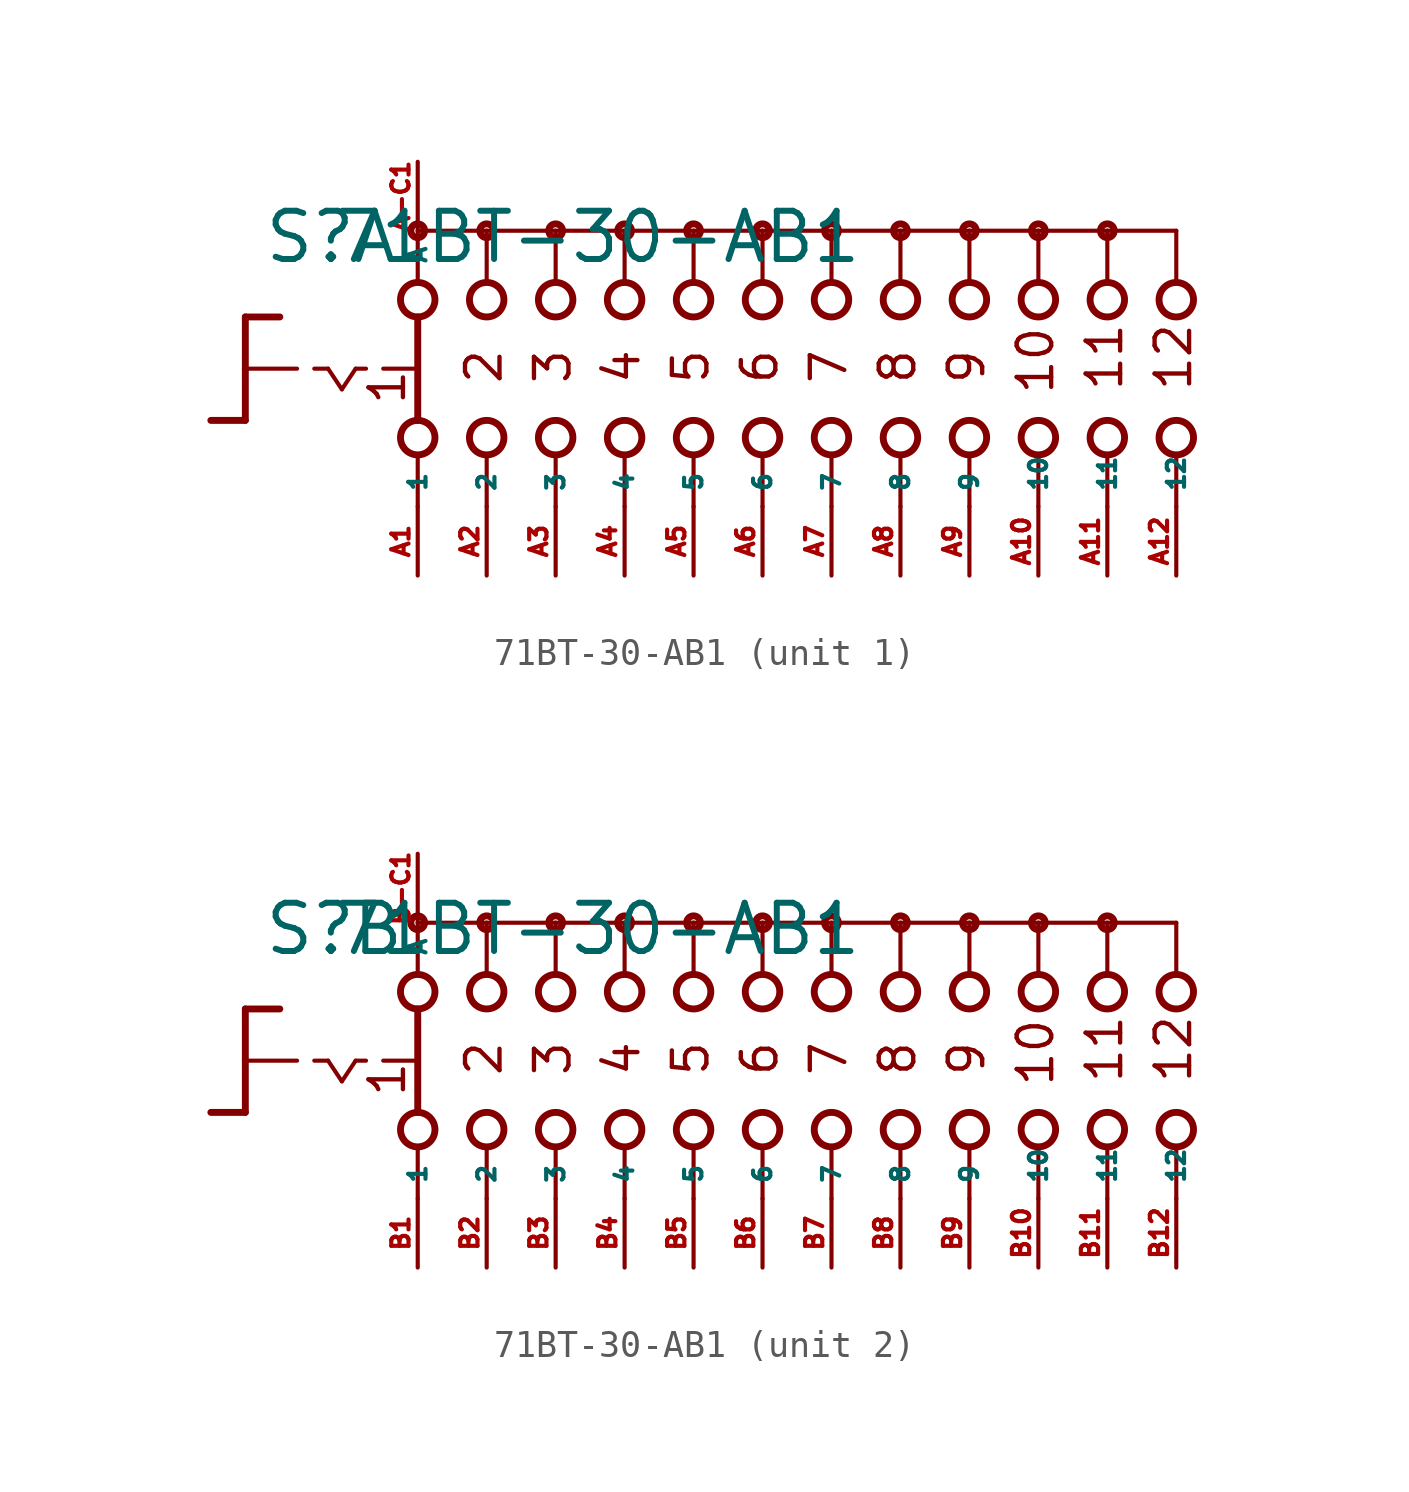
<source format=kicad_sym>
(kicad_symbol_lib
  (version 20220914)
  (generator Eagle2Kicad)
  (symbol "71BT-30-AB1"
    (property "Reference" "S"
      (at -18.415 3.81 0)
      (effects (font (size 1.778 1.778) (thickness 0.22)) (justify left bottom)))
    (property "Value" "71BT-30-AB1"
      (at -15.875 3.81 0)
      (effects (font (size 1.778 1.778) (thickness 0.22)) (justify left bottom)))
    (symbol "71BT-30-AB1_1_0"
      (polyline (pts (xy -19.05 1.905) (xy -17.78 1.905)) (stroke (width 0.254) (type default)) (fill (type none)))
      (polyline (pts (xy -19.05 1.905) (xy -19.05 0)) (stroke (width 0.254) (type default)) (fill (type none)))
      (polyline (pts (xy -19.05 -1.905) (xy -20.32 -1.905)) (stroke (width 0.254) (type default)) (fill (type none)))
      (polyline (pts (xy -19.05 0) (xy -17.145 0)) (stroke (width 0.152) (type default)) (fill (type none)))
      (polyline (pts (xy -19.05 0) (xy -19.05 -1.905)) (stroke (width 0.254) (type default)) (fill (type none)))
      (polyline (pts (xy -16.51 0) (xy -16.002 0)) (stroke (width 0.152) (type default)) (fill (type none)))
      (polyline (pts (xy -14.986 0) (xy -14.605 0)) (stroke (width 0.152) (type default)) (fill (type none)))
      (polyline (pts (xy -13.97 0) (xy -12.827 0)) (stroke (width 0.152) (type default)) (fill (type none)))
      (polyline (pts (xy -16.002 0) (xy -15.494 -0.762)) (stroke (width 0.152) (type default)) (fill (type none)))
      (polyline (pts (xy -15.494 -0.762) (xy -14.986 0)) (stroke (width 0.152) (type default)) (fill (type none)))
      (polyline (pts (xy -10.16 3.175) (xy -10.16 5.08)) (stroke (width 0.152) (type default)) (fill (type none)))
      (polyline (pts (xy -7.62 3.175) (xy -7.62 5.08)) (stroke (width 0.152) (type default)) (fill (type none)))
      (polyline (pts (xy -5.08 3.175) (xy -5.08 5.08)) (stroke (width 0.152) (type default)) (fill (type none)))
      (polyline (pts (xy -10.16 -5.08) (xy -10.16 -3.175)) (stroke (width 0.152) (type default)) (fill (type none)))
      (polyline (pts (xy -7.62 -5.08) (xy -7.62 -3.175)) (stroke (width 0.152) (type default)) (fill (type none)))
      (polyline (pts (xy -5.08 -5.08) (xy -5.08 -3.175)) (stroke (width 0.152) (type default)) (fill (type none)))
      (polyline (pts (xy -7.62 5.08) (xy -10.16 5.08)) (stroke (width 0.152) (type default)) (fill (type none)))
      (polyline (pts (xy -7.62 5.08) (xy -5.08 5.08)) (stroke (width 0.152) (type default)) (fill (type none)))
      (polyline (pts (xy -2.54 -5.08) (xy -2.54 -3.175)) (stroke (width 0.152) (type default)) (fill (type none)))
      (polyline (pts (xy 0 -5.08) (xy 0 -3.175)) (stroke (width 0.152) (type default)) (fill (type none)))
      (polyline (pts (xy -2.54 3.175) (xy -2.54 5.08)) (stroke (width 0.152) (type default)) (fill (type none)))
      (polyline (pts (xy 0 3.175) (xy 0 5.08)) (stroke (width 0.152) (type default)) (fill (type none)))
      (polyline (pts (xy -5.08 5.08) (xy -2.54 5.08)) (stroke (width 0.152) (type default)) (fill (type none)))
      (polyline (pts (xy -2.54 5.08) (xy 0 5.08)) (stroke (width 0.152) (type default)) (fill (type none)))
      (polyline (pts (xy -12.7 5.08) (xy -12.7 3.175)) (stroke (width 0.152) (type default)) (fill (type none)))
      (polyline (pts (xy -12.7 1.905) (xy -12.7 -1.905)) (stroke (width 0.254) (type default)) (fill (type none)))
      (polyline (pts (xy -12.7 -3.175) (xy -12.7 -5.08)) (stroke (width 0.152) (type default)) (fill (type none)))
      (polyline (pts (xy -10.16 5.08) (xy -12.7 5.08)) (stroke (width 0.152) (type default)) (fill (type none)))
      (polyline (pts (xy 0 5.08) (xy 2.54 5.08)) (stroke (width 0.152) (type default)) (fill (type none)))
      (polyline (pts (xy 2.54 3.175) (xy 2.54 5.08)) (stroke (width 0.152) (type default)) (fill (type none)))
      (polyline (pts (xy 2.54 -5.08) (xy 2.54 -3.175)) (stroke (width 0.152) (type default)) (fill (type none)))
      (polyline (pts (xy 5.08 3.175) (xy 5.08 5.08)) (stroke (width 0.152) (type default)) (fill (type none)))
      (polyline (pts (xy 7.62 3.175) (xy 7.62 5.08)) (stroke (width 0.152) (type default)) (fill (type none)))
      (polyline (pts (xy 10.16 3.175) (xy 10.16 5.08)) (stroke (width 0.152) (type default)) (fill (type none)))
      (polyline (pts (xy 12.7 3.175) (xy 12.7 5.08)) (stroke (width 0.152) (type default)) (fill (type none)))
      (polyline (pts (xy 15.24 3.175) (xy 15.24 5.08)) (stroke (width 0.152) (type default)) (fill (type none)))
      (polyline (pts (xy 2.54 5.08) (xy 5.08 5.08)) (stroke (width 0.152) (type default)) (fill (type none)))
      (polyline (pts (xy 5.08 5.08) (xy 7.62 5.08)) (stroke (width 0.152) (type default)) (fill (type none)))
      (polyline (pts (xy 7.62 5.08) (xy 10.16 5.08)) (stroke (width 0.152) (type default)) (fill (type none)))
      (polyline (pts (xy 10.16 5.08) (xy 12.7 5.08)) (stroke (width 0.152) (type default)) (fill (type none)))
      (polyline (pts (xy 12.7 5.08) (xy 15.24 5.08)) (stroke (width 0.152) (type default)) (fill (type none)))
      (polyline (pts (xy 5.08 -5.08) (xy 5.08 -3.175)) (stroke (width 0.152) (type default)) (fill (type none)))
      (polyline (pts (xy 7.62 -5.08) (xy 7.62 -3.175)) (stroke (width 0.152) (type default)) (fill (type none)))
      (polyline (pts (xy 10.16 -5.08) (xy 10.16 -3.175)) (stroke (width 0.152) (type default)) (fill (type none)))
      (polyline (pts (xy 12.7 -5.08) (xy 12.7 -3.175)) (stroke (width 0.152) (type default)) (fill (type none)))
      (polyline (pts (xy 15.24 -5.08) (xy 15.24 -3.175)) (stroke (width 0.152) (type default)) (fill (type none)))
      (text "1" (at -13.081 -1.397 900) (effects (font (size 1.27 1.27) (thickness 0.16)) (justify left bottom)))
      (text "2" (at -9.525 -0.635 900) (effects (font (size 1.27 1.27) (thickness 0.16)) (justify left bottom)))
      (text "3" (at -6.985 -0.635 900) (effects (font (size 1.27 1.27) (thickness 0.16)) (justify left bottom)))
      (text "4" (at -4.445 -0.635 900) (effects (font (size 1.27 1.27) (thickness 0.16)) (justify left bottom)))
      (text "5" (at -1.905 -0.635 900) (effects (font (size 1.27 1.27) (thickness 0.16)) (justify left bottom)))
      (text "6" (at 0.635 -0.635 900) (effects (font (size 1.27 1.27) (thickness 0.16)) (justify left bottom)))
      (text "7" (at 3.175 -0.635 900) (effects (font (size 1.27 1.27) (thickness 0.16)) (justify left bottom)))
      (text "8" (at 5.715 -0.635 900) (effects (font (size 1.27 1.27) (thickness 0.16)) (justify left bottom)))
      (text "9" (at 8.255 -0.635 900) (effects (font (size 1.27 1.27) (thickness 0.16)) (justify left bottom)))
      (text "10" (at 10.795 -1.016 900) (effects (font (size 1.27 1.27) (thickness 0.16)) (justify left bottom)))
      (text "11" (at 13.335 -0.889 900) (effects (font (size 1.27 1.27) (thickness 0.16)) (justify left bottom)))
      (text "12" (at 15.875 -0.889 900) (effects (font (size 1.27 1.27) (thickness 0.16)) (justify left bottom)))
      (circle (center -7.62 5.08) (radius 0.254) (stroke (width 0.254) (type default)) (fill (type none)))
      (circle (center -5.08 5.08) (radius 0.254) (stroke (width 0.254) (type default)) (fill (type none)))
      (circle (center 0 5.08) (radius 0.254) (stroke (width 0.254) (type default)) (fill (type none)))
      (circle (center -12.7 5.08) (radius 0.254) (stroke (width 0.254) (type default)) (fill (type none)))
      (circle (center -10.16 5.08) (radius 0.254) (stroke (width 0.254) (type default)) (fill (type none)))
      (circle (center -12.7 2.54) (radius 0.635) (stroke (width 0.254) (type default)) (fill (type none)))
      (circle (center -10.16 2.54) (radius 0.635) (stroke (width 0.254) (type default)) (fill (type none)))
      (circle (center -7.62 2.54) (radius 0.635) (stroke (width 0.254) (type default)) (fill (type none)))
      (circle (center -12.7 -2.54) (radius 0.635) (stroke (width 0.254) (type default)) (fill (type none)))
      (circle (center -10.16 -2.54) (radius 0.635) (stroke (width 0.254) (type default)) (fill (type none)))
      (circle (center -7.62 -2.54) (radius 0.635) (stroke (width 0.254) (type default)) (fill (type none)))
      (circle (center -2.54 5.08) (radius 0.254) (stroke (width 0.254) (type default)) (fill (type none)))
      (circle (center -5.08 2.54) (radius 0.635) (stroke (width 0.254) (type default)) (fill (type none)))
      (circle (center -2.54 2.54) (radius 0.635) (stroke (width 0.254) (type default)) (fill (type none)))
      (circle (center -5.08 -2.54) (radius 0.635) (stroke (width 0.254) (type default)) (fill (type none)))
      (circle (center -2.54 -2.54) (radius 0.635) (stroke (width 0.254) (type default)) (fill (type none)))
      (circle (center 0 2.54) (radius 0.635) (stroke (width 0.254) (type default)) (fill (type none)))
      (circle (center 0 -2.54) (radius 0.635) (stroke (width 0.254) (type default)) (fill (type none)))
      (circle (center 2.54 5.08) (radius 0.254) (stroke (width 0.254) (type default)) (fill (type none)))
      (circle (center 2.54 2.54) (radius 0.635) (stroke (width 0.254) (type default)) (fill (type none)))
      (circle (center 2.54 -2.54) (radius 0.635) (stroke (width 0.254) (type default)) (fill (type none)))
      (circle (center 5.08 2.54) (radius 0.635) (stroke (width 0.254) (type default)) (fill (type none)))
      (circle (center 7.62 2.54) (radius 0.635) (stroke (width 0.254) (type default)) (fill (type none)))
      (circle (center 10.16 2.54) (radius 0.635) (stroke (width 0.254) (type default)) (fill (type none)))
      (circle (center 12.7 2.54) (radius 0.635) (stroke (width 0.254) (type default)) (fill (type none)))
      (circle (center 15.24 2.54) (radius 0.635) (stroke (width 0.254) (type default)) (fill (type none)))
      (circle (center 5.08 5.08) (radius 0.254) (stroke (width 0.254) (type default)) (fill (type none)))
      (circle (center 7.62 5.08) (radius 0.254) (stroke (width 0.254) (type default)) (fill (type none)))
      (circle (center 10.16 5.08) (radius 0.254) (stroke (width 0.254) (type default)) (fill (type none)))
      (circle (center 12.7 5.08) (radius 0.254) (stroke (width 0.254) (type default)) (fill (type none)))
      (circle (center 5.08 -2.54) (radius 0.635) (stroke (width 0.254) (type default)) (fill (type none)))
      (circle (center 7.62 -2.54) (radius 0.635) (stroke (width 0.254) (type default)) (fill (type none)))
      (circle (center 10.16 -2.54) (radius 0.635) (stroke (width 0.254) (type default)) (fill (type none)))
      (circle (center 12.7 -2.54) (radius 0.635) (stroke (width 0.254) (type default)) (fill (type none)))
      (circle (center 15.24 -2.54) (radius 0.635) (stroke (width 0.254) (type default)) (fill (type none)))
      (pin passive line (at -12.7 -7.62 90) (length 2.54) (name "1" (effects (font (size 0.635 0.635) (thickness 0.08)) (justify left bottom))) (number "A1" (effects (font (size 0.635 0.635) (thickness 0.08)) (justify left bottom))))
      (pin passive line (at -12.7 7.62 270) (length 2.54) (name "A" (effects (font (size 0.635 0.635) (thickness 0.08)) (justify left bottom))) (number "A-C1" (effects (font (size 0.635 0.635) (thickness 0.08)) (justify left bottom))))
      (pin passive line (at -10.16 -7.62 90) (length 2.54) (name "2" (effects (font (size 0.635 0.635) (thickness 0.08)) (justify left bottom))) (number "A2" (effects (font (size 0.635 0.635) (thickness 0.08)) (justify left bottom))))
      (pin passive line (at -7.62 -7.62 90) (length 2.54) (name "3" (effects (font (size 0.635 0.635) (thickness 0.08)) (justify left bottom))) (number "A3" (effects (font (size 0.635 0.635) (thickness 0.08)) (justify left bottom))))
      (pin passive line (at -5.08 -7.62 90) (length 2.54) (name "4" (effects (font (size 0.635 0.635) (thickness 0.08)) (justify left bottom))) (number "A4" (effects (font (size 0.635 0.635) (thickness 0.08)) (justify left bottom))))
      (pin passive line (at -2.54 -7.62 90) (length 2.54) (name "5" (effects (font (size 0.635 0.635) (thickness 0.08)) (justify left bottom))) (number "A5" (effects (font (size 0.635 0.635) (thickness 0.08)) (justify left bottom))))
      (pin passive line (at 0 -7.62 90) (length 2.54) (name "6" (effects (font (size 0.635 0.635) (thickness 0.08)) (justify left bottom))) (number "A6" (effects (font (size 0.635 0.635) (thickness 0.08)) (justify left bottom))))
      (pin passive line (at 2.54 -7.62 90) (length 2.54) (name "7" (effects (font (size 0.635 0.635) (thickness 0.08)) (justify left bottom))) (number "A7" (effects (font (size 0.635 0.635) (thickness 0.08)) (justify left bottom))))
      (pin passive line (at 5.08 -7.62 90) (length 2.54) (name "8" (effects (font (size 0.635 0.635) (thickness 0.08)) (justify left bottom))) (number "A8" (effects (font (size 0.635 0.635) (thickness 0.08)) (justify left bottom))))
      (pin passive line (at 7.62 -7.62 90) (length 2.54) (name "9" (effects (font (size 0.635 0.635) (thickness 0.08)) (justify left bottom))) (number "A9" (effects (font (size 0.635 0.635) (thickness 0.08)) (justify left bottom))))
      (pin passive line (at 10.16 -7.62 90) (length 2.54) (name "10" (effects (font (size 0.635 0.635) (thickness 0.08)) (justify left bottom))) (number "A10" (effects (font (size 0.635 0.635) (thickness 0.08)) (justify left bottom))))
      (pin passive line (at 12.7 -7.62 90) (length 2.54) (name "11" (effects (font (size 0.635 0.635) (thickness 0.08)) (justify left bottom))) (number "A11" (effects (font (size 0.635 0.635) (thickness 0.08)) (justify left bottom))))
      (pin passive line (at 15.24 -7.62 90) (length 2.54) (name "12" (effects (font (size 0.635 0.635) (thickness 0.08)) (justify left bottom))) (number "A12" (effects (font (size 0.635 0.635) (thickness 0.08)) (justify left bottom)))))
    (symbol "71BT-30-AB1_2_0"
      (polyline (pts (xy -19.05 1.905) (xy -17.78 1.905)) (stroke (width 0.254) (type default)) (fill (type none)))
      (polyline (pts (xy -19.05 1.905) (xy -19.05 0)) (stroke (width 0.254) (type default)) (fill (type none)))
      (polyline (pts (xy -19.05 -1.905) (xy -20.32 -1.905)) (stroke (width 0.254) (type default)) (fill (type none)))
      (polyline (pts (xy -19.05 0) (xy -17.145 0)) (stroke (width 0.152) (type default)) (fill (type none)))
      (polyline (pts (xy -19.05 0) (xy -19.05 -1.905)) (stroke (width 0.254) (type default)) (fill (type none)))
      (polyline (pts (xy -16.51 0) (xy -16.002 0)) (stroke (width 0.152) (type default)) (fill (type none)))
      (polyline (pts (xy -14.986 0) (xy -14.605 0)) (stroke (width 0.152) (type default)) (fill (type none)))
      (polyline (pts (xy -13.97 0) (xy -12.827 0)) (stroke (width 0.152) (type default)) (fill (type none)))
      (polyline (pts (xy -16.002 0) (xy -15.494 -0.762)) (stroke (width 0.152) (type default)) (fill (type none)))
      (polyline (pts (xy -15.494 -0.762) (xy -14.986 0)) (stroke (width 0.152) (type default)) (fill (type none)))
      (polyline (pts (xy -10.16 3.175) (xy -10.16 5.08)) (stroke (width 0.152) (type default)) (fill (type none)))
      (polyline (pts (xy -7.62 3.175) (xy -7.62 5.08)) (stroke (width 0.152) (type default)) (fill (type none)))
      (polyline (pts (xy -5.08 3.175) (xy -5.08 5.08)) (stroke (width 0.152) (type default)) (fill (type none)))
      (polyline (pts (xy -10.16 -5.08) (xy -10.16 -3.175)) (stroke (width 0.152) (type default)) (fill (type none)))
      (polyline (pts (xy -7.62 -5.08) (xy -7.62 -3.175)) (stroke (width 0.152) (type default)) (fill (type none)))
      (polyline (pts (xy -5.08 -5.08) (xy -5.08 -3.175)) (stroke (width 0.152) (type default)) (fill (type none)))
      (polyline (pts (xy -7.62 5.08) (xy -10.16 5.08)) (stroke (width 0.152) (type default)) (fill (type none)))
      (polyline (pts (xy -7.62 5.08) (xy -5.08 5.08)) (stroke (width 0.152) (type default)) (fill (type none)))
      (polyline (pts (xy -2.54 -5.08) (xy -2.54 -3.175)) (stroke (width 0.152) (type default)) (fill (type none)))
      (polyline (pts (xy 0 -5.08) (xy 0 -3.175)) (stroke (width 0.152) (type default)) (fill (type none)))
      (polyline (pts (xy -2.54 3.175) (xy -2.54 5.08)) (stroke (width 0.152) (type default)) (fill (type none)))
      (polyline (pts (xy 0 3.175) (xy 0 5.08)) (stroke (width 0.152) (type default)) (fill (type none)))
      (polyline (pts (xy -5.08 5.08) (xy -2.54 5.08)) (stroke (width 0.152) (type default)) (fill (type none)))
      (polyline (pts (xy -2.54 5.08) (xy 0 5.08)) (stroke (width 0.152) (type default)) (fill (type none)))
      (polyline (pts (xy -12.7 5.08) (xy -12.7 3.175)) (stroke (width 0.152) (type default)) (fill (type none)))
      (polyline (pts (xy -12.7 1.905) (xy -12.7 -1.905)) (stroke (width 0.254) (type default)) (fill (type none)))
      (polyline (pts (xy -12.7 -3.175) (xy -12.7 -5.08)) (stroke (width 0.152) (type default)) (fill (type none)))
      (polyline (pts (xy -10.16 5.08) (xy -12.7 5.08)) (stroke (width 0.152) (type default)) (fill (type none)))
      (polyline (pts (xy 0 5.08) (xy 2.54 5.08)) (stroke (width 0.152) (type default)) (fill (type none)))
      (polyline (pts (xy 2.54 3.175) (xy 2.54 5.08)) (stroke (width 0.152) (type default)) (fill (type none)))
      (polyline (pts (xy 2.54 -5.08) (xy 2.54 -3.175)) (stroke (width 0.152) (type default)) (fill (type none)))
      (polyline (pts (xy 5.08 3.175) (xy 5.08 5.08)) (stroke (width 0.152) (type default)) (fill (type none)))
      (polyline (pts (xy 7.62 3.175) (xy 7.62 5.08)) (stroke (width 0.152) (type default)) (fill (type none)))
      (polyline (pts (xy 10.16 3.175) (xy 10.16 5.08)) (stroke (width 0.152) (type default)) (fill (type none)))
      (polyline (pts (xy 12.7 3.175) (xy 12.7 5.08)) (stroke (width 0.152) (type default)) (fill (type none)))
      (polyline (pts (xy 15.24 3.175) (xy 15.24 5.08)) (stroke (width 0.152) (type default)) (fill (type none)))
      (polyline (pts (xy 2.54 5.08) (xy 5.08 5.08)) (stroke (width 0.152) (type default)) (fill (type none)))
      (polyline (pts (xy 5.08 5.08) (xy 7.62 5.08)) (stroke (width 0.152) (type default)) (fill (type none)))
      (polyline (pts (xy 7.62 5.08) (xy 10.16 5.08)) (stroke (width 0.152) (type default)) (fill (type none)))
      (polyline (pts (xy 10.16 5.08) (xy 12.7 5.08)) (stroke (width 0.152) (type default)) (fill (type none)))
      (polyline (pts (xy 12.7 5.08) (xy 15.24 5.08)) (stroke (width 0.152) (type default)) (fill (type none)))
      (polyline (pts (xy 5.08 -5.08) (xy 5.08 -3.175)) (stroke (width 0.152) (type default)) (fill (type none)))
      (polyline (pts (xy 7.62 -5.08) (xy 7.62 -3.175)) (stroke (width 0.152) (type default)) (fill (type none)))
      (polyline (pts (xy 10.16 -5.08) (xy 10.16 -3.175)) (stroke (width 0.152) (type default)) (fill (type none)))
      (polyline (pts (xy 12.7 -5.08) (xy 12.7 -3.175)) (stroke (width 0.152) (type default)) (fill (type none)))
      (polyline (pts (xy 15.24 -5.08) (xy 15.24 -3.175)) (stroke (width 0.152) (type default)) (fill (type none)))
      (text "1" (at -13.081 -1.397 900) (effects (font (size 1.27 1.27) (thickness 0.16)) (justify left bottom)))
      (text "2" (at -9.525 -0.635 900) (effects (font (size 1.27 1.27) (thickness 0.16)) (justify left bottom)))
      (text "3" (at -6.985 -0.635 900) (effects (font (size 1.27 1.27) (thickness 0.16)) (justify left bottom)))
      (text "4" (at -4.445 -0.635 900) (effects (font (size 1.27 1.27) (thickness 0.16)) (justify left bottom)))
      (text "5" (at -1.905 -0.635 900) (effects (font (size 1.27 1.27) (thickness 0.16)) (justify left bottom)))
      (text "6" (at 0.635 -0.635 900) (effects (font (size 1.27 1.27) (thickness 0.16)) (justify left bottom)))
      (text "7" (at 3.175 -0.635 900) (effects (font (size 1.27 1.27) (thickness 0.16)) (justify left bottom)))
      (text "8" (at 5.715 -0.635 900) (effects (font (size 1.27 1.27) (thickness 0.16)) (justify left bottom)))
      (text "9" (at 8.255 -0.635 900) (effects (font (size 1.27 1.27) (thickness 0.16)) (justify left bottom)))
      (text "10" (at 10.795 -1.016 900) (effects (font (size 1.27 1.27) (thickness 0.16)) (justify left bottom)))
      (text "11" (at 13.335 -0.889 900) (effects (font (size 1.27 1.27) (thickness 0.16)) (justify left bottom)))
      (text "12" (at 15.875 -0.889 900) (effects (font (size 1.27 1.27) (thickness 0.16)) (justify left bottom)))
      (circle (center -7.62 5.08) (radius 0.254) (stroke (width 0.254) (type default)) (fill (type none)))
      (circle (center -5.08 5.08) (radius 0.254) (stroke (width 0.254) (type default)) (fill (type none)))
      (circle (center 0 5.08) (radius 0.254) (stroke (width 0.254) (type default)) (fill (type none)))
      (circle (center -12.7 5.08) (radius 0.254) (stroke (width 0.254) (type default)) (fill (type none)))
      (circle (center -10.16 5.08) (radius 0.254) (stroke (width 0.254) (type default)) (fill (type none)))
      (circle (center -12.7 2.54) (radius 0.635) (stroke (width 0.254) (type default)) (fill (type none)))
      (circle (center -10.16 2.54) (radius 0.635) (stroke (width 0.254) (type default)) (fill (type none)))
      (circle (center -7.62 2.54) (radius 0.635) (stroke (width 0.254) (type default)) (fill (type none)))
      (circle (center -12.7 -2.54) (radius 0.635) (stroke (width 0.254) (type default)) (fill (type none)))
      (circle (center -10.16 -2.54) (radius 0.635) (stroke (width 0.254) (type default)) (fill (type none)))
      (circle (center -7.62 -2.54) (radius 0.635) (stroke (width 0.254) (type default)) (fill (type none)))
      (circle (center -2.54 5.08) (radius 0.254) (stroke (width 0.254) (type default)) (fill (type none)))
      (circle (center -5.08 2.54) (radius 0.635) (stroke (width 0.254) (type default)) (fill (type none)))
      (circle (center -2.54 2.54) (radius 0.635) (stroke (width 0.254) (type default)) (fill (type none)))
      (circle (center -5.08 -2.54) (radius 0.635) (stroke (width 0.254) (type default)) (fill (type none)))
      (circle (center -2.54 -2.54) (radius 0.635) (stroke (width 0.254) (type default)) (fill (type none)))
      (circle (center 0 2.54) (radius 0.635) (stroke (width 0.254) (type default)) (fill (type none)))
      (circle (center 0 -2.54) (radius 0.635) (stroke (width 0.254) (type default)) (fill (type none)))
      (circle (center 2.54 5.08) (radius 0.254) (stroke (width 0.254) (type default)) (fill (type none)))
      (circle (center 2.54 2.54) (radius 0.635) (stroke (width 0.254) (type default)) (fill (type none)))
      (circle (center 2.54 -2.54) (radius 0.635) (stroke (width 0.254) (type default)) (fill (type none)))
      (circle (center 5.08 2.54) (radius 0.635) (stroke (width 0.254) (type default)) (fill (type none)))
      (circle (center 7.62 2.54) (radius 0.635) (stroke (width 0.254) (type default)) (fill (type none)))
      (circle (center 10.16 2.54) (radius 0.635) (stroke (width 0.254) (type default)) (fill (type none)))
      (circle (center 12.7 2.54) (radius 0.635) (stroke (width 0.254) (type default)) (fill (type none)))
      (circle (center 15.24 2.54) (radius 0.635) (stroke (width 0.254) (type default)) (fill (type none)))
      (circle (center 5.08 5.08) (radius 0.254) (stroke (width 0.254) (type default)) (fill (type none)))
      (circle (center 7.62 5.08) (radius 0.254) (stroke (width 0.254) (type default)) (fill (type none)))
      (circle (center 10.16 5.08) (radius 0.254) (stroke (width 0.254) (type default)) (fill (type none)))
      (circle (center 12.7 5.08) (radius 0.254) (stroke (width 0.254) (type default)) (fill (type none)))
      (circle (center 5.08 -2.54) (radius 0.635) (stroke (width 0.254) (type default)) (fill (type none)))
      (circle (center 7.62 -2.54) (radius 0.635) (stroke (width 0.254) (type default)) (fill (type none)))
      (circle (center 10.16 -2.54) (radius 0.635) (stroke (width 0.254) (type default)) (fill (type none)))
      (circle (center 12.7 -2.54) (radius 0.635) (stroke (width 0.254) (type default)) (fill (type none)))
      (circle (center 15.24 -2.54) (radius 0.635) (stroke (width 0.254) (type default)) (fill (type none)))
      (pin passive line (at -12.7 -7.62 90) (length 2.54) (name "1" (effects (font (size 0.635 0.635) (thickness 0.08)) (justify left bottom))) (number "B1" (effects (font (size 0.635 0.635) (thickness 0.08)) (justify left bottom))))
      (pin passive line (at -12.7 7.62 270) (length 2.54) (name "A" (effects (font (size 0.635 0.635) (thickness 0.08)) (justify left bottom))) (number "B-C1" (effects (font (size 0.635 0.635) (thickness 0.08)) (justify left bottom))))
      (pin passive line (at -10.16 -7.62 90) (length 2.54) (name "2" (effects (font (size 0.635 0.635) (thickness 0.08)) (justify left bottom))) (number "B2" (effects (font (size 0.635 0.635) (thickness 0.08)) (justify left bottom))))
      (pin passive line (at -7.62 -7.62 90) (length 2.54) (name "3" (effects (font (size 0.635 0.635) (thickness 0.08)) (justify left bottom))) (number "B3" (effects (font (size 0.635 0.635) (thickness 0.08)) (justify left bottom))))
      (pin passive line (at -5.08 -7.62 90) (length 2.54) (name "4" (effects (font (size 0.635 0.635) (thickness 0.08)) (justify left bottom))) (number "B4" (effects (font (size 0.635 0.635) (thickness 0.08)) (justify left bottom))))
      (pin passive line (at -2.54 -7.62 90) (length 2.54) (name "5" (effects (font (size 0.635 0.635) (thickness 0.08)) (justify left bottom))) (number "B5" (effects (font (size 0.635 0.635) (thickness 0.08)) (justify left bottom))))
      (pin passive line (at 0 -7.62 90) (length 2.54) (name "6" (effects (font (size 0.635 0.635) (thickness 0.08)) (justify left bottom))) (number "B6" (effects (font (size 0.635 0.635) (thickness 0.08)) (justify left bottom))))
      (pin passive line (at 2.54 -7.62 90) (length 2.54) (name "7" (effects (font (size 0.635 0.635) (thickness 0.08)) (justify left bottom))) (number "B7" (effects (font (size 0.635 0.635) (thickness 0.08)) (justify left bottom))))
      (pin passive line (at 5.08 -7.62 90) (length 2.54) (name "8" (effects (font (size 0.635 0.635) (thickness 0.08)) (justify left bottom))) (number "B8" (effects (font (size 0.635 0.635) (thickness 0.08)) (justify left bottom))))
      (pin passive line (at 7.62 -7.62 90) (length 2.54) (name "9" (effects (font (size 0.635 0.635) (thickness 0.08)) (justify left bottom))) (number "B9" (effects (font (size 0.635 0.635) (thickness 0.08)) (justify left bottom))))
      (pin passive line (at 10.16 -7.62 90) (length 2.54) (name "10" (effects (font (size 0.635 0.635) (thickness 0.08)) (justify left bottom))) (number "B10" (effects (font (size 0.635 0.635) (thickness 0.08)) (justify left bottom))))
      (pin passive line (at 12.7 -7.62 90) (length 2.54) (name "11" (effects (font (size 0.635 0.635) (thickness 0.08)) (justify left bottom))) (number "B11" (effects (font (size 0.635 0.635) (thickness 0.08)) (justify left bottom))))
      (pin passive line (at 15.24 -7.62 90) (length 2.54) (name "12" (effects (font (size 0.635 0.635) (thickness 0.08)) (justify left bottom))) (number "B12" (effects (font (size 0.635 0.635) (thickness 0.08)) (justify left bottom)))))))
</source>
